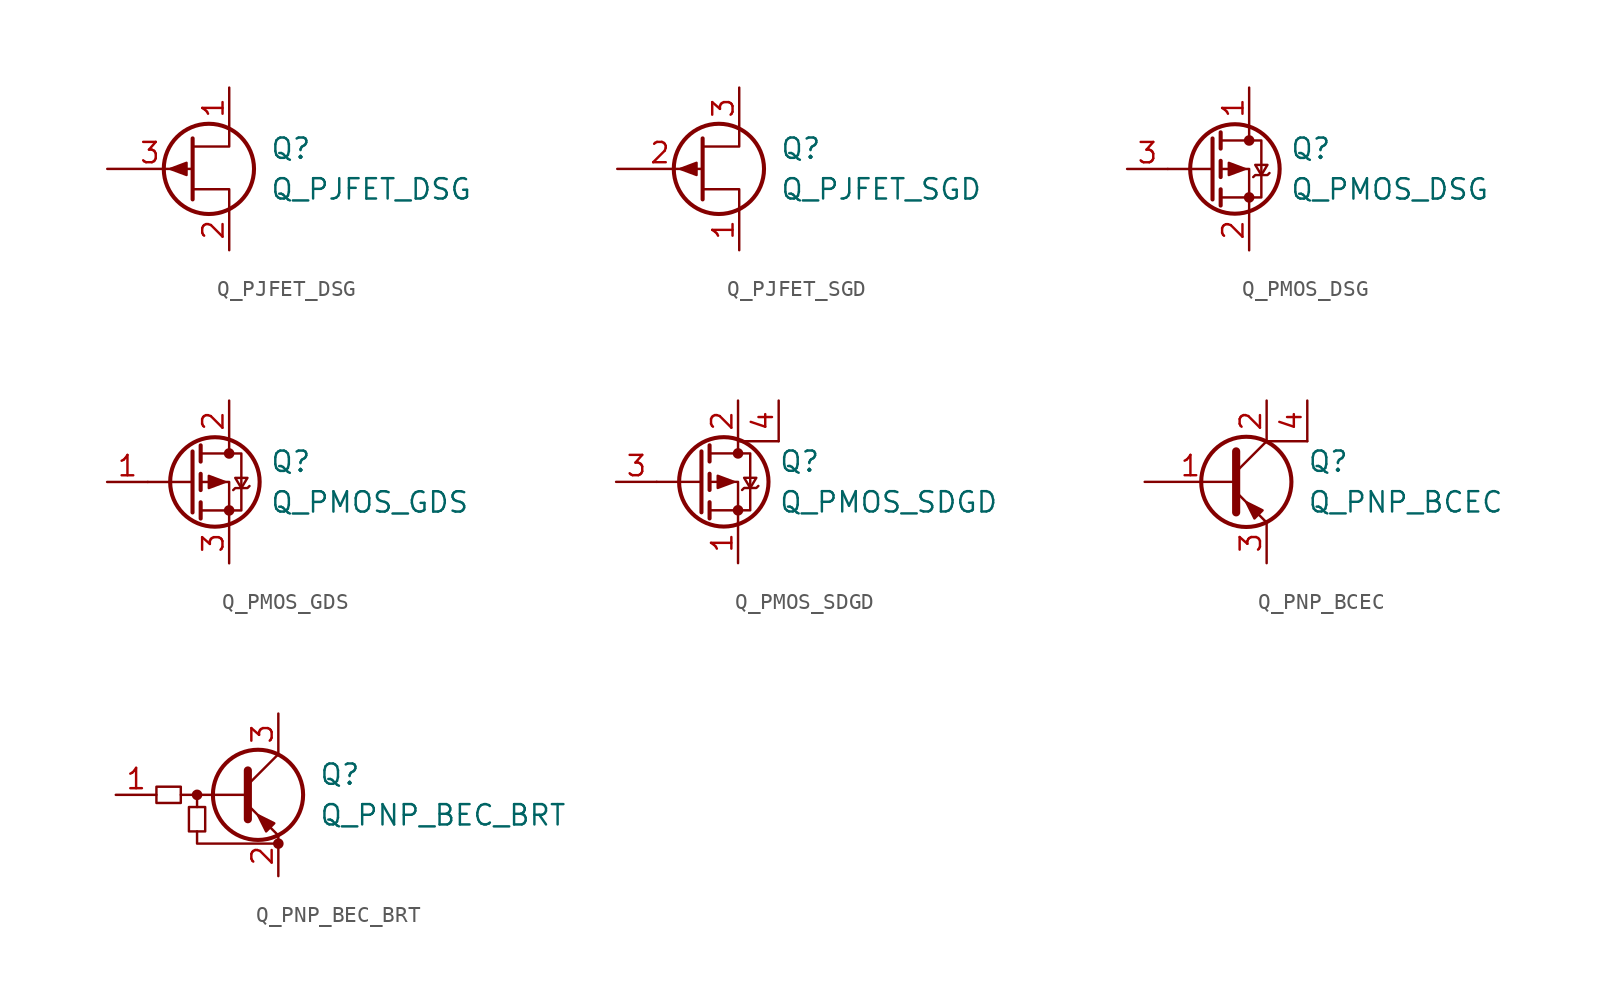
<source format=kicad_sym>
(kicad_symbol_lib
  (version 20220914)
  (generator kicad_symbol_editor)
  (symbol "Q_PJFET_DSG"
    (pin_names
      (offset 0) hide)
    (property "Reference" "Q"
      (at 5.08 1.27 0)
      (effects (font (size 1.27 1.27)) (justify left)))
    (property "Value" "Q_PJFET_DSG"
      (at 5.08 -1.27 0)
      (effects (font (size 1.27 1.27)) (justify left)))
    (symbol "Q_PJFET_DSG_0_1"
      (polyline (pts (xy 0.254 1.905) (xy 0.254 -1.905) (xy 0.254 -1.905)) (stroke (width 0.254) (type default)) (fill (type none)))
      (polyline (pts (xy 2.54 -2.54) (xy 2.54 -1.27) (xy 0.254 -1.27)) (stroke (width 0) (type default)) (fill (type none)))
      (polyline (pts (xy 2.54 2.54) (xy 2.54 1.397) (xy 0.254 1.397)) (stroke (width 0) (type default)) (fill (type none)))
      (polyline (pts (xy -1.143 0) (xy -0.127 0.381) (xy -0.127 -0.381) (xy -1.143 0)) (stroke (width 0) (type default)) (fill (type outline)))
      (circle (center 1.27 0) (radius 2.819) (stroke (width 0.254) (type default)) (fill (type none))))
    (symbol "Q_PJFET_DSG_1_1"
      (pin passive line (at 2.54 5.08 270) (length 2.54) (name "D" (effects (font (size 1.27 1.27)))) (number "1" (effects (font (size 1.27 1.27)))))
      (pin passive line (at 2.54 -5.08 90) (length 2.54) (name "S" (effects (font (size 1.27 1.27)))) (number "2" (effects (font (size 1.27 1.27)))))
      (pin input line (at -5.08 0 0) (length 5.334) (name "G" (effects (font (size 1.27 1.27)))) (number "3" (effects (font (size 1.27 1.27)))))))
  (symbol "Q_PJFET_SGD"
    (pin_names
      (offset 0) hide)
    (property "Reference" "Q"
      (at 5.08 1.27 0)
      (effects (font (size 1.27 1.27)) (justify left)))
    (property "Value" "Q_PJFET_SGD"
      (at 5.08 -1.27 0)
      (effects (font (size 1.27 1.27)) (justify left)))
    (symbol "Q_PJFET_SGD_0_1"
      (polyline (pts (xy 0.254 1.905) (xy 0.254 -1.905) (xy 0.254 -1.905)) (stroke (width 0.254) (type default)) (fill (type none)))
      (polyline (pts (xy 2.54 -2.54) (xy 2.54 -1.27) (xy 0.254 -1.27)) (stroke (width 0) (type default)) (fill (type none)))
      (polyline (pts (xy 2.54 2.54) (xy 2.54 1.397) (xy 0.254 1.397)) (stroke (width 0) (type default)) (fill (type none)))
      (polyline (pts (xy -1.143 0) (xy -0.127 0.381) (xy -0.127 -0.381) (xy -1.143 0)) (stroke (width 0) (type default)) (fill (type outline)))
      (circle (center 1.27 0) (radius 2.819) (stroke (width 0.254) (type default)) (fill (type none))))
    (symbol "Q_PJFET_SGD_1_1"
      (pin passive line (at 2.54 -5.08 90) (length 2.54) (name "S" (effects (font (size 1.27 1.27)))) (number "1" (effects (font (size 1.27 1.27)))))
      (pin input line (at -5.08 0 0) (length 5.334) (name "G" (effects (font (size 1.27 1.27)))) (number "2" (effects (font (size 1.27 1.27)))))
      (pin passive line (at 2.54 5.08 270) (length 2.54) (name "D" (effects (font (size 1.27 1.27)))) (number "3" (effects (font (size 1.27 1.27)))))))
  (symbol "Q_PMOS_DSG"
    (pin_names
      (offset 0) hide)
    (property "Reference" "Q"
      (at 5.08 1.27 0)
      (effects (font (size 1.27 1.27)) (justify left)))
    (property "Value" "Q_PMOS_DSG"
      (at 5.08 -1.27 0)
      (effects (font (size 1.27 1.27)) (justify left)))
    (symbol "Q_PMOS_DSG_0_1"
      (polyline (pts (xy 0.254 0) (xy -2.54 0)) (stroke (width 0) (type default)) (fill (type none)))
      (polyline (pts (xy 0.254 1.905) (xy 0.254 -1.905)) (stroke (width 0.254) (type default)) (fill (type none)))
      (polyline (pts (xy 0.762 -1.27) (xy 0.762 -2.286)) (stroke (width 0.254) (type default)) (fill (type none)))
      (polyline (pts (xy 0.762 0.508) (xy 0.762 -0.508)) (stroke (width 0.254) (type default)) (fill (type none)))
      (polyline (pts (xy 0.762 2.286) (xy 0.762 1.27)) (stroke (width 0.254) (type default)) (fill (type none)))
      (polyline (pts (xy 2.54 2.54) (xy 2.54 1.778)) (stroke (width 0) (type default)) (fill (type none)))
      (polyline (pts (xy 2.54 -2.54) (xy 2.54 0) (xy 0.762 0)) (stroke (width 0) (type default)) (fill (type none)))
      (polyline (pts (xy 0.762 1.778) (xy 3.302 1.778) (xy 3.302 -1.778) (xy 0.762 -1.778)) (stroke (width 0) (type default)) (fill (type none)))
      (polyline (pts (xy 2.286 0) (xy 1.27 0.381) (xy 1.27 -0.381) (xy 2.286 0)) (stroke (width 0) (type default)) (fill (type outline)))
      (polyline (pts (xy 2.794 -0.508) (xy 2.921 -0.381) (xy 3.683 -0.381) (xy 3.81 -0.254)) (stroke (width 0) (type default)) (fill (type none)))
      (polyline (pts (xy 3.302 -0.381) (xy 2.921 0.254) (xy 3.683 0.254) (xy 3.302 -0.381)) (stroke (width 0) (type default)) (fill (type none)))
      (circle (center 1.651 0) (radius 2.794) (stroke (width 0.254) (type default)) (fill (type none)))
      (circle (center 2.54 -1.778) (radius 0.254) (stroke (width 0) (type default)) (fill (type outline)))
      (circle (center 2.54 1.778) (radius 0.254) (stroke (width 0) (type default)) (fill (type outline))))
    (symbol "Q_PMOS_DSG_1_1"
      (pin passive line (at 2.54 5.08 270) (length 2.54) (name "D" (effects (font (size 1.27 1.27)))) (number "1" (effects (font (size 1.27 1.27)))))
      (pin passive line (at 2.54 -5.08 90) (length 2.54) (name "S" (effects (font (size 1.27 1.27)))) (number "2" (effects (font (size 1.27 1.27)))))
      (pin input line (at -5.08 0 0) (length 2.54) (name "G" (effects (font (size 1.27 1.27)))) (number "3" (effects (font (size 1.27 1.27)))))))
  (symbol "Q_PMOS_GDS"
    (pin_names
      (offset 0) hide)
    (property "Reference" "Q"
      (at 5.08 1.27 0)
      (effects (font (size 1.27 1.27)) (justify left)))
    (property "Value" "Q_PMOS_GDS"
      (at 5.08 -1.27 0)
      (effects (font (size 1.27 1.27)) (justify left)))
    (symbol "Q_PMOS_GDS_0_1"
      (polyline (pts (xy 0.254 0) (xy -2.54 0)) (stroke (width 0) (type default)) (fill (type none)))
      (polyline (pts (xy 0.254 1.905) (xy 0.254 -1.905)) (stroke (width 0.254) (type default)) (fill (type none)))
      (polyline (pts (xy 0.762 -1.27) (xy 0.762 -2.286)) (stroke (width 0.254) (type default)) (fill (type none)))
      (polyline (pts (xy 0.762 0.508) (xy 0.762 -0.508)) (stroke (width 0.254) (type default)) (fill (type none)))
      (polyline (pts (xy 0.762 2.286) (xy 0.762 1.27)) (stroke (width 0.254) (type default)) (fill (type none)))
      (polyline (pts (xy 2.54 2.54) (xy 2.54 1.778)) (stroke (width 0) (type default)) (fill (type none)))
      (polyline (pts (xy 2.54 -2.54) (xy 2.54 0) (xy 0.762 0)) (stroke (width 0) (type default)) (fill (type none)))
      (polyline (pts (xy 0.762 1.778) (xy 3.302 1.778) (xy 3.302 -1.778) (xy 0.762 -1.778)) (stroke (width 0) (type default)) (fill (type none)))
      (polyline (pts (xy 2.286 0) (xy 1.27 0.381) (xy 1.27 -0.381) (xy 2.286 0)) (stroke (width 0) (type default)) (fill (type outline)))
      (polyline (pts (xy 2.794 -0.508) (xy 2.921 -0.381) (xy 3.683 -0.381) (xy 3.81 -0.254)) (stroke (width 0) (type default)) (fill (type none)))
      (polyline (pts (xy 3.302 -0.381) (xy 2.921 0.254) (xy 3.683 0.254) (xy 3.302 -0.381)) (stroke (width 0) (type default)) (fill (type none)))
      (circle (center 1.651 0) (radius 2.794) (stroke (width 0.254) (type default)) (fill (type none)))
      (circle (center 2.54 -1.778) (radius 0.254) (stroke (width 0) (type default)) (fill (type outline)))
      (circle (center 2.54 1.778) (radius 0.254) (stroke (width 0) (type default)) (fill (type outline))))
    (symbol "Q_PMOS_GDS_1_1"
      (pin input line (at -5.08 0 0) (length 2.54) (name "G" (effects (font (size 1.27 1.27)))) (number "1" (effects (font (size 1.27 1.27)))))
      (pin passive line (at 2.54 5.08 270) (length 2.54) (name "D" (effects (font (size 1.27 1.27)))) (number "2" (effects (font (size 1.27 1.27)))))
      (pin passive line (at 2.54 -5.08 90) (length 2.54) (name "S" (effects (font (size 1.27 1.27)))) (number "3" (effects (font (size 1.27 1.27)))))))
  (symbol "Q_PMOS_SDGD"
    (pin_names
      (offset 0) hide)
    (property "Reference" "Q"
      (at 5.08 1.27 0)
      (effects (font (size 1.27 1.27)) (justify left)))
    (property "Value" "Q_PMOS_SDGD"
      (at 5.08 -1.27 0)
      (effects (font (size 1.27 1.27)) (justify left)))
    (symbol "Q_PMOS_SDGD_0_1"
      (polyline (pts (xy 0.254 0) (xy -2.54 0)) (stroke (width 0) (type default)) (fill (type none)))
      (polyline (pts (xy 0.254 1.905) (xy 0.254 -1.905)) (stroke (width 0.254) (type default)) (fill (type none)))
      (polyline (pts (xy 0.762 -1.27) (xy 0.762 -2.286)) (stroke (width 0.254) (type default)) (fill (type none)))
      (polyline (pts (xy 0.762 0.508) (xy 0.762 -0.508)) (stroke (width 0.254) (type default)) (fill (type none)))
      (polyline (pts (xy 0.762 2.286) (xy 0.762 1.27)) (stroke (width 0.254) (type default)) (fill (type none)))
      (polyline (pts (xy 2.54 -2.54) (xy 2.54 0) (xy 0.762 0)) (stroke (width 0) (type default)) (fill (type none)))
      (polyline (pts (xy 5.08 2.54) (xy 2.54 2.54) (xy 2.54 1.778)) (stroke (width 0) (type default)) (fill (type none)))
      (polyline (pts (xy 0.762 1.778) (xy 3.302 1.778) (xy 3.302 -1.778) (xy 0.762 -1.778)) (stroke (width 0) (type default)) (fill (type none)))
      (polyline (pts (xy 2.286 0) (xy 1.27 0.381) (xy 1.27 -0.381) (xy 2.286 0)) (stroke (width 0) (type default)) (fill (type outline)))
      (polyline (pts (xy 2.794 -0.508) (xy 2.921 -0.381) (xy 3.683 -0.381) (xy 3.81 -0.254)) (stroke (width 0) (type default)) (fill (type none)))
      (polyline (pts (xy 3.302 -0.381) (xy 2.921 0.254) (xy 3.683 0.254) (xy 3.302 -0.381)) (stroke (width 0) (type default)) (fill (type none)))
      (circle (center 1.651 0) (radius 2.794) (stroke (width 0.254) (type default)) (fill (type none)))
      (circle (center 2.54 -1.778) (radius 0.254) (stroke (width 0) (type default)) (fill (type outline)))
      (circle (center 2.54 1.778) (radius 0.254) (stroke (width 0) (type default)) (fill (type outline))))
    (symbol "Q_PMOS_SDGD_1_1"
      (pin passive line (at 2.54 -5.08 90) (length 2.54) (name "S" (effects (font (size 1.27 1.27)))) (number "1" (effects (font (size 1.27 1.27)))))
      (pin passive line (at 2.54 5.08 270) (length 2.54) (name "D" (effects (font (size 1.27 1.27)))) (number "2" (effects (font (size 1.27 1.27)))))
      (pin input line (at -5.08 0 0) (length 2.54) (name "G" (effects (font (size 1.27 1.27)))) (number "3" (effects (font (size 1.27 1.27)))))
      (pin passive line (at 5.08 5.08 270) (length 2.54) (name "D" (effects (font (size 1.27 1.27)))) (number "4" (effects (font (size 1.27 1.27)))))))
  (symbol "Q_PNP_BCEC"
    (pin_names
      (offset 0) hide)
    (property "Reference" "Q"
      (at 5.08 1.27 0)
      (effects (font (size 1.27 1.27)) (justify left)))
    (property "Value" "Q_PNP_BCEC"
      (at 5.08 -1.27 0)
      (effects (font (size 1.27 1.27)) (justify left)))
    (symbol "Q_PNP_BCEC_0_1"
      (polyline (pts (xy 0.635 0.635) (xy 2.54 2.54)) (stroke (width 0) (type default)) (fill (type none)))
      (polyline (pts (xy 5.08 2.54) (xy 2.54 2.54)) (stroke (width 0) (type default)) (fill (type none)))
      (polyline (pts (xy 0.635 -0.635) (xy 2.54 -2.54) (xy 2.54 -2.54)) (stroke (width 0) (type default)) (fill (type none)))
      (polyline (pts (xy 0.635 1.905) (xy 0.635 -1.905) (xy 0.635 -1.905)) (stroke (width 0.508) (type default)) (fill (type none)))
      (polyline (pts (xy 2.286 -1.778) (xy 1.778 -2.286) (xy 1.27 -1.27) (xy 2.286 -1.778) (xy 2.286 -1.778)) (stroke (width 0) (type default)) (fill (type outline)))
      (circle (center 1.27 0) (radius 2.819) (stroke (width 0.254) (type default)) (fill (type none))))
    (symbol "Q_PNP_BCEC_1_1"
      (pin input line (at -5.08 0 0) (length 5.715) (name "B" (effects (font (size 1.27 1.27)))) (number "1" (effects (font (size 1.27 1.27)))))
      (pin passive line (at 2.54 5.08 270) (length 2.54) (name "C" (effects (font (size 1.27 1.27)))) (number "2" (effects (font (size 1.27 1.27)))))
      (pin passive line (at 2.54 -5.08 90) (length 2.54) (name "E" (effects (font (size 1.27 1.27)))) (number "3" (effects (font (size 1.27 1.27)))))
      (pin passive line (at 5.08 5.08 270) (length 2.54) (name "C" (effects (font (size 1.27 1.27)))) (number "4" (effects (font (size 1.27 1.27)))))))
  (symbol "Q_PNP_BEC_BRT"
    (pin_names hide)
    (property "Reference" "Q"
      (at 3.81 1.27 0)
      (effects (font (size 1.27 1.27)) (justify left)))
    (property "Value" "Q_PNP_BEC_BRT"
      (at 3.81 -1.27 0)
      (effects (font (size 1.27 1.27)) (justify left)))
    (symbol "Q_PNP_BEC_BRT_0_1"
      (rectangle (start -6.35 0.508) (end -4.826 -0.508) (stroke (width 0) (type default)) (fill (type none)))
      (rectangle (start -4.318 -2.286) (end -3.302 -0.762) (stroke (width 0) (type default)) (fill (type none)))
      (circle (center -3.81 0) (radius 0.254) (stroke (width 0) (type default)) (fill (type outline)))
      (polyline (pts (xy -3.81 -0.762) (xy -3.81 0)) (stroke (width 0) (type default)) (fill (type none)))
      (polyline (pts (xy -0.762 0) (xy -4.826 0)) (stroke (width 0) (type default)) (fill (type none)))
      (polyline (pts (xy -0.635 1.524) (xy -0.635 -1.524)) (stroke (width 0.508) (type default)) (fill (type none)))
      (polyline (pts (xy -3.81 -2.286) (xy -3.81 -3.048) (xy 1.27 -3.048)) (stroke (width 0) (type default)) (fill (type none)))
      (polyline (pts (xy 1.016 -1.778) (xy 0.508 -2.286) (xy 0 -1.27) (xy 1.016 -1.778) (xy 1.016 -1.778)) (stroke (width 0) (type default)) (fill (type outline)))
      (circle (center 1.27 -3.048) (radius 0.254) (stroke (width 0) (type default)) (fill (type outline))))
    (symbol "Q_PNP_BEC_BRT_1_1"
      (polyline (pts (xy -0.635 0.635) (xy 1.27 2.54)) (stroke (width 0) (type default)) (fill (type none)))
      (polyline (pts (xy -0.635 -0.635) (xy 1.27 -2.54) (xy 1.27 -2.54)) (stroke (width 0) (type default)) (fill (type none)))
      (circle (center 0 0) (radius 2.819) (stroke (width 0.254) (type default)) (fill (type none)))
      (pin input line (at -8.89 0 0) (length 2.54) (name "B" (effects (font (size 1.27 1.27)))) (number "1" (effects (font (size 1.27 1.27)))))
      (pin passive line (at 1.27 -5.08 90) (length 2.54) (name "E" (effects (font (size 1.27 1.27)))) (number "2" (effects (font (size 1.27 1.27)))))
      (pin passive line (at 1.27 5.08 270) (length 2.54) (name "C" (effects (font (size 1.27 1.27)))) (number "3" (effects (font (size 1.27 1.27))))))))
</source>
